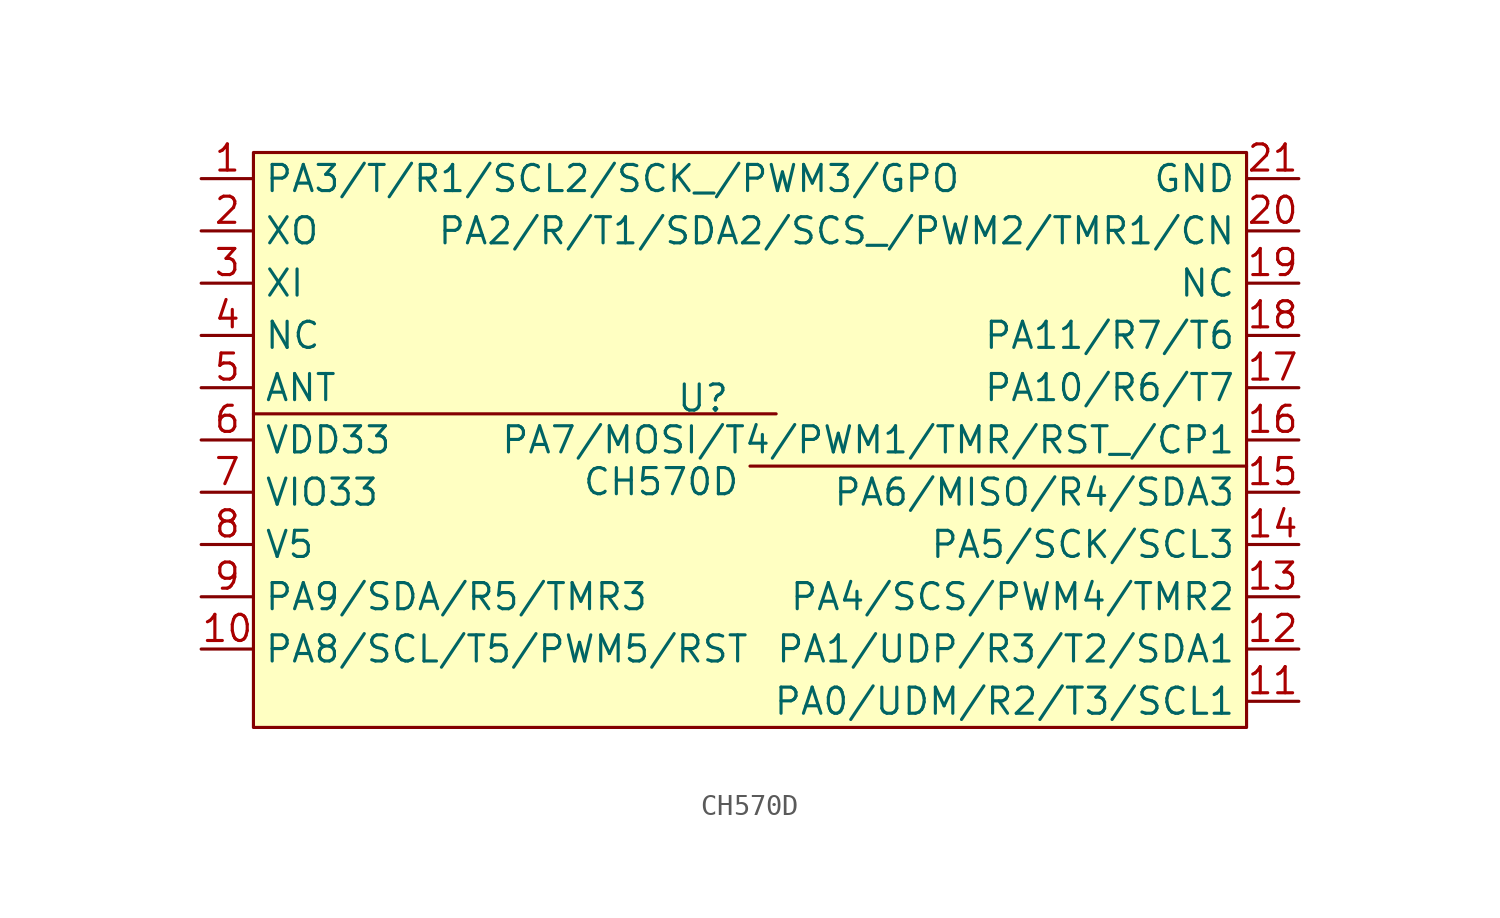
<source format=kicad_sym>
(kicad_symbol_lib
  (version 20241209)
  (generator "kicad_symbol_editor")
  (generator_version "9.0")
  (symbol "CH570D"
    (property "Reference" "U"
      (at -2.286 -0.508 0)
      (effects (font (size 1.27 1.27))))
    (property "Value" "CH570D"
      (at -4.318 -4.572 0)
      (effects (font (size 1.27 1.27))))
    (symbol "CH570D_0_1"
      (rectangle (start -24.13 -1.27) (end 1.27 -1.27) (stroke (width 0) (type default)) (fill (type none)))
      (rectangle (start 24.13 -3.81) (end 0 -3.81) (stroke (width 0) (type default)) (fill (type none))))
    (symbol "CH570D_1_1"
      (rectangle (start -24.13 11.43) (end 24.13 -16.51) (stroke (width 0) (type default)) (fill (type background)))
      (pin bidirectional line (at -26.67 10.16 0) (length 2.54) (name "PA3/T/R1/SCL2/SCK_/PWM3/GPO" (effects (font (size 1.27 1.27)))) (number "1" (effects (font (size 1.27 1.27)))))
      (pin bidirectional line (at -26.67 -12.7 0) (length 2.54) (name "PA8/SCL/T5/PWM5/RST" (effects (font (size 1.27 1.27)))) (number "10" (effects (font (size 1.27 1.27)))))
      (pin bidirectional line (at 26.67 -15.24 180) (length 2.54) (name "PA0/UDM/R2/T3/SCL1" (effects (font (size 1.27 1.27)))) (number "11" (effects (font (size 1.27 1.27)))))
      (pin bidirectional line (at 26.67 -12.7 180) (length 2.54) (name "PA1/UDP/R3/T2/SDA1" (effects (font (size 1.27 1.27)))) (number "12" (effects (font (size 1.27 1.27)))))
      (pin bidirectional line (at 26.67 -10.16 180) (length 2.54) (name "PA4/SCS/PWM4/TMR2" (effects (font (size 1.27 1.27)))) (number "13" (effects (font (size 1.27 1.27)))))
      (pin bidirectional line (at 26.67 -7.62 180) (length 2.54) (name "PA5/SCK/SCL3" (effects (font (size 1.27 1.27)))) (number "14" (effects (font (size 1.27 1.27)))))
      (pin bidirectional line (at 26.67 -5.08 180) (length 2.54) (name "PA6/MISO/R4/SDA3" (effects (font (size 1.27 1.27)))) (number "15" (effects (font (size 1.27 1.27)))))
      (pin bidirectional line (at 26.67 -2.54 180) (length 2.54) (name "PA7/MOSI/T4/PWM1/TMR/RST_/CP1" (effects (font (size 1.27 1.27)))) (number "16" (effects (font (size 1.27 1.27)))))
      (pin bidirectional line (at 26.67 0 180) (length 2.54) (name "PA10/R6/T7" (effects (font (size 1.27 1.27)))) (number "17" (effects (font (size 1.27 1.27)))))
      (pin bidirectional line (at 26.67 2.54 180) (length 2.54) (name "PA11/R7/T6" (effects (font (size 1.27 1.27)))) (number "18" (effects (font (size 1.27 1.27)))))
      (pin bidirectional line (at 26.67 5.08 180) (length 2.54) (name "NC" (effects (font (size 1.27 1.27)))) (number "19" (effects (font (size 1.27 1.27)))))
      (pin bidirectional line (at -26.67 7.62 0) (length 2.54) (name "XO" (effects (font (size 1.27 1.27)))) (number "2" (effects (font (size 1.27 1.27)))))
      (pin bidirectional line (at 26.67 7.62 180) (length 2.54) (name "PA2/R/T1/SDA2/SCS_/PWM2/TMR1/CN" (effects (font (size 1.27 1.27)))) (number "20" (effects (font (size 1.27 1.27)))))
      (pin bidirectional line (at 26.67 10.16 180) (length 2.54) (name "GND" (effects (font (size 1.27 1.27)))) (number "21" (effects (font (size 1.27 1.27)))))
      (pin bidirectional line (at -26.67 5.08 0) (length 2.54) (name "XI" (effects (font (size 1.27 1.27)))) (number "3" (effects (font (size 1.27 1.27)))))
      (pin bidirectional line (at -26.67 2.54 0) (length 2.54) (name "NC" (effects (font (size 1.27 1.27)))) (number "4" (effects (font (size 1.27 1.27)))))
      (pin bidirectional line (at -26.67 0 0) (length 2.54) (name "ANT" (effects (font (size 1.27 1.27)))) (number "5" (effects (font (size 1.27 1.27)))))
      (pin bidirectional line (at -26.67 -2.54 0) (length 2.54) (name "VDD33" (effects (font (size 1.27 1.27)))) (number "6" (effects (font (size 1.27 1.27)))))
      (pin bidirectional line (at -26.67 -5.08 0) (length 2.54) (name "VIO33" (effects (font (size 1.27 1.27)))) (number "7" (effects (font (size 1.27 1.27)))))
      (pin bidirectional line (at -26.67 -7.62 0) (length 2.54) (name "V5" (effects (font (size 1.27 1.27)))) (number "8" (effects (font (size 1.27 1.27)))))
      (pin bidirectional line (at -26.67 -10.16 0) (length 2.54) (name "PA9/SDA/R5/TMR3" (effects (font (size 1.27 1.27)))) (number "9" (effects (font (size 1.27 1.27))))))))
</source>
